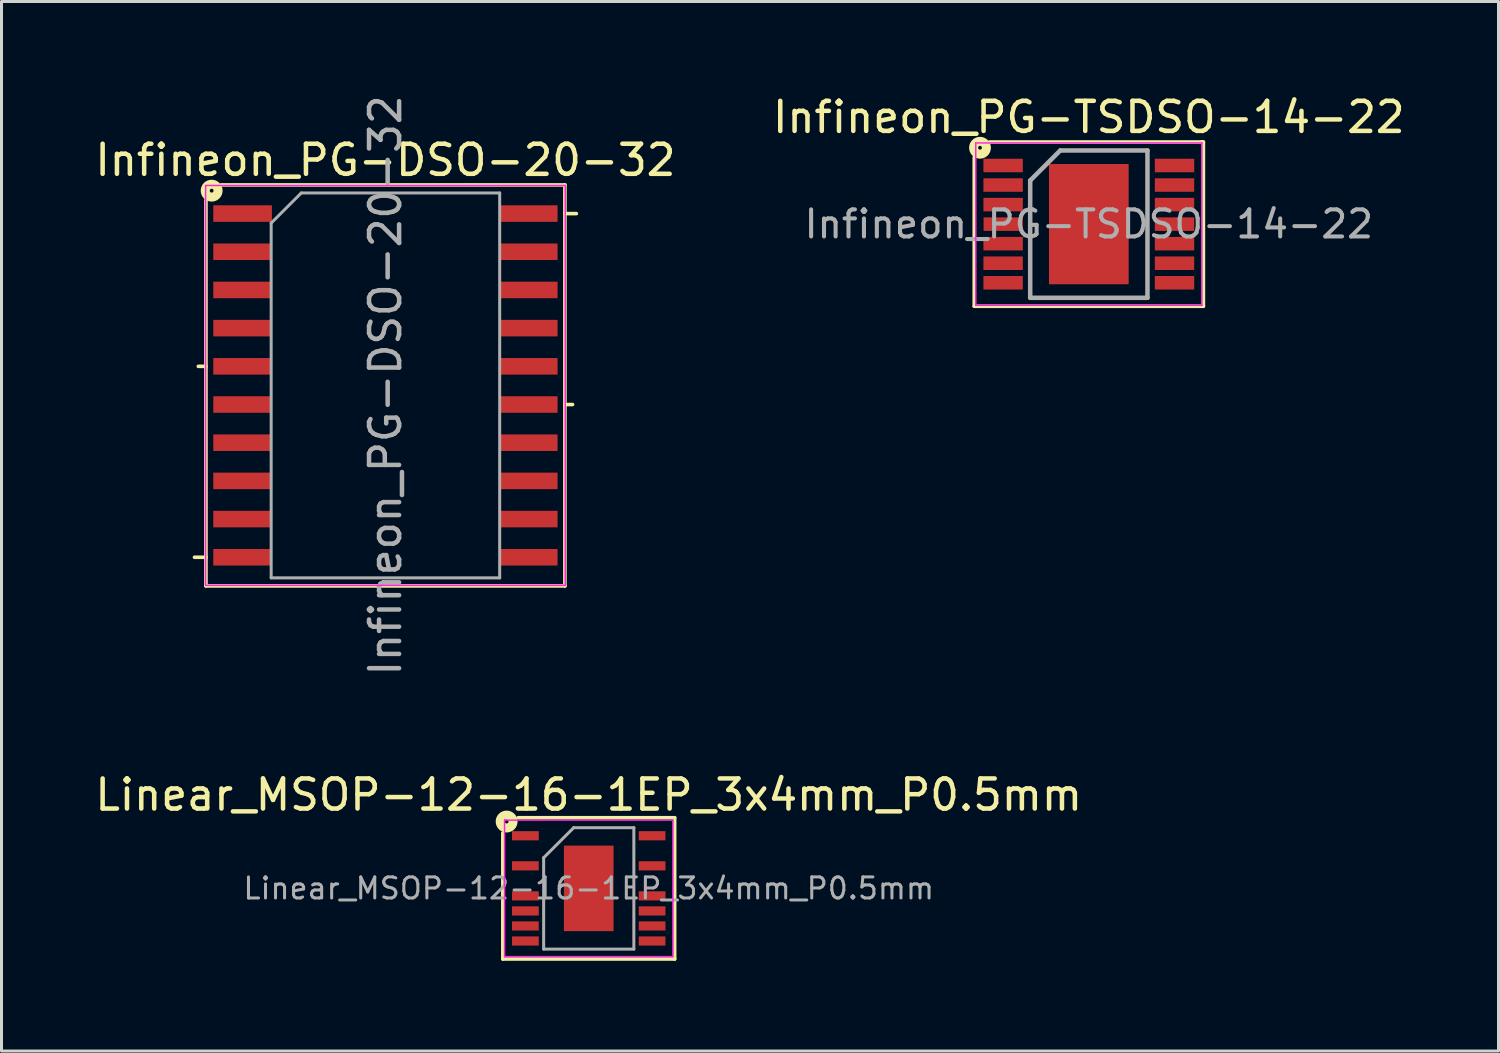
<source format=kicad_pcb>
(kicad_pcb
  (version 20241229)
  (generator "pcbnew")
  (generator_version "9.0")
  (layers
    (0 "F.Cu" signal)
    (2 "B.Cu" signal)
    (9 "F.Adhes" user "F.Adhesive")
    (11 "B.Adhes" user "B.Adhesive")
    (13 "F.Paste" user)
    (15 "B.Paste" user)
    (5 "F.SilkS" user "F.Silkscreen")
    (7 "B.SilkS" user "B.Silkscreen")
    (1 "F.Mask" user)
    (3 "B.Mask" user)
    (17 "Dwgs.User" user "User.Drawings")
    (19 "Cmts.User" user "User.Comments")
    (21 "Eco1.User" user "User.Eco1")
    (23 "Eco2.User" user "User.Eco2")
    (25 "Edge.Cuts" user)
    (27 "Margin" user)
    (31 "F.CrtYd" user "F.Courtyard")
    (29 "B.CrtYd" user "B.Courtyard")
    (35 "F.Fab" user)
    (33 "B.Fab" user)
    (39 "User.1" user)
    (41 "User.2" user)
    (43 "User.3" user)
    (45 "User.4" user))
  (footprint "Infineon_PG-DSO-20-32"
    (layer "F.Cu")
    (at 9.768 9.768)
    (property "Reference" "Infineon_PG-DSO-20-32" (at 0 -7.493 0) (layer "F.SilkS") (effects (font (size 1 1) (thickness 0.15))))
    (attr smd)
    (fp_line (start -5.969 -6.16) (end -5.969 6.668) (stroke (width 0.12) (type solid)) (layer "F.SilkS"))
    (fp_line (start -5.969 -0.635) (end -6.223 -0.635) (stroke (width 0.12) (type solid)) (layer "F.SilkS"))
    (fp_line (start -5.969 5.715) (end -6.35 5.715) (stroke (width 0.12) (type solid)) (layer "F.SilkS"))
    (fp_line (start -5.969 6.668) (end 5.969 6.668) (stroke (width 0.12) (type solid)) (layer "F.SilkS"))
    (fp_line (start 5.969 -6.668) (end -5.461 -6.668) (stroke (width 0.12) (type solid)) (layer "F.SilkS"))
    (fp_line (start 5.969 -5.715) (end 6.35 -5.715) (stroke (width 0.12) (type solid)) (layer "F.SilkS"))
    (fp_line (start 5.969 0.635) (end 6.223 0.635) (stroke (width 0.12) (type solid)) (layer "F.SilkS"))
    (fp_line (start 5.969 6.668) (end 5.969 -6.668) (stroke (width 0.12) (type solid)) (layer "F.SilkS"))
    (fp_circle (center -5.779 -6.477) (end -5.715 -6.477) (stroke (width 0.3) (type solid)) (fill no) (layer "F.SilkS"))
    (fp_line (start -5.98 -6.65) (end 5.98 -6.65) (stroke (width 0.05) (type solid)) (layer "F.CrtYd"))
    (fp_line (start -5.98 6.65) (end -5.98 -6.65) (stroke (width 0.05) (type solid)) (layer "F.CrtYd"))
    (fp_line (start -5.98 6.65) (end 5.98 6.65) (stroke (width 0.05) (type solid)) (layer "F.CrtYd"))
    (fp_line (start 5.98 6.65) (end 5.98 -6.65) (stroke (width 0.05) (type solid)) (layer "F.CrtYd"))
    (fp_line (start -3.8 -5.4) (end -2.8 -6.4) (stroke (width 0.1) (type solid)) (layer "F.Fab"))
    (fp_line (start -3.8 6.4) (end -3.8 -5.4) (stroke (width 0.1) (type solid)) (layer "F.Fab"))
    (fp_line (start -2.8 -6.4) (end 3.8 -6.4) (stroke (width 0.1) (type solid)) (layer "F.Fab"))
    (fp_line (start 3.8 -6.4) (end 3.8 6.4) (stroke (width 0.1) (type solid)) (layer "F.Fab"))
    (fp_line (start 3.8 6.4) (end -3.8 6.4) (stroke (width 0.1) (type solid)) (layer "F.Fab"))
    (fp_text user "${REFERENCE}" (at 0 0 90) (layer "F.Fab") (effects (font (size 1 1) (thickness 0.15))))
    (pad "1" smd rect (at -4.75 -5.715 90) (size 0.55 1.95) (layers "F.Cu" "F.Mask" "F.Paste"))
    (pad "2" smd rect (at -4.75 -4.445 90) (size 0.55 1.95) (layers "F.Cu" "F.Mask" "F.Paste"))
    (pad "3" smd rect (at -4.75 -3.175 90) (size 0.55 1.95) (layers "F.Cu" "F.Mask" "F.Paste"))
    (pad "4" smd rect (at -4.75 -1.905 90) (size 0.55 1.95) (layers "F.Cu" "F.Mask" "F.Paste"))
    (pad "5" smd rect (at -4.75 -0.635 90) (size 0.55 1.95) (layers "F.Cu" "F.Mask" "F.Paste"))
    (pad "6" smd rect (at -4.75 0.635 90) (size 0.55 1.95) (layers "F.Cu" "F.Mask" "F.Paste"))
    (pad "7" smd rect (at -4.75 1.905 90) (size 0.55 1.95) (layers "F.Cu" "F.Mask" "F.Paste"))
    (pad "8" smd rect (at -4.75 3.175 90) (size 0.55 1.95) (layers "F.Cu" "F.Mask" "F.Paste"))
    (pad "9" smd rect (at -4.75 4.445 90) (size 0.55 1.95) (layers "F.Cu" "F.Mask" "F.Paste"))
    (pad "10" smd rect (at -4.75 5.715 90) (size 0.55 1.95) (layers "F.Cu" "F.Mask" "F.Paste"))
    (pad "11" smd rect (at 4.75 5.715 90) (size 0.55 1.95) (layers "F.Cu" "F.Mask" "F.Paste"))
    (pad "12" smd rect (at 4.75 4.445 90) (size 0.55 1.95) (layers "F.Cu" "F.Mask" "F.Paste"))
    (pad "13" smd rect (at 4.75 3.175 90) (size 0.55 1.95) (layers "F.Cu" "F.Mask" "F.Paste"))
    (pad "14" smd rect (at 4.75 1.905 90) (size 0.55 1.95) (layers "F.Cu" "F.Mask" "F.Paste"))
    (pad "15" smd rect (at 4.75 0.635 90) (size 0.55 1.95) (layers "F.Cu" "F.Mask" "F.Paste"))
    (pad "16" smd rect (at 4.75 -0.635 90) (size 0.55 1.95) (layers "F.Cu" "F.Mask" "F.Paste"))
    (pad "17" smd rect (at 4.75 -1.905 90) (size 0.55 1.95) (layers "F.Cu" "F.Mask" "F.Paste"))
    (pad "18" smd rect (at 4.75 -3.175 90) (size 0.55 1.95) (layers "F.Cu" "F.Mask" "F.Paste"))
    (pad "19" smd rect (at 4.75 -4.445 90) (size 0.55 1.95) (layers "F.Cu" "F.Mask" "F.Paste"))
    (pad "20" smd rect (at 4.75 -5.715 90) (size 0.55 1.95) (layers "F.Cu" "F.Mask" "F.Paste")))
  (footprint "Linear_MSOP-12-16-1EP_3x4mm_P0.5mm"
    (layer "F.Cu")
    (at 16.53 26.495)
    (property "Reference" "Linear_MSOP-12-16-1EP_3x4mm_P0.5mm" (at 0 -3.111 0) (layer "F.SilkS") (effects (font (size 1 1) (thickness 0.15))))
    (attr smd)
    (fp_line (start -2.857 2.349) (end -2.857 -1.841) (stroke (width 0.12) (type solid)) (layer "F.SilkS"))
    (fp_line (start -2.349 -2.349) (end 2.857 -2.349) (stroke (width 0.12) (type solid)) (layer "F.SilkS"))
    (fp_line (start 2.857 -2.349) (end 2.857 2.349) (stroke (width 0.12) (type solid)) (layer "F.SilkS"))
    (fp_line (start 2.857 2.349) (end -2.857 2.349) (stroke (width 0.12) (type solid)) (layer "F.SilkS"))
    (fp_circle (center -2.731 -2.223) (end -2.667 -2.223) (stroke (width 0.3) (type solid)) (fill no) (layer "F.SilkS"))
    (fp_line (start -2.8 -2.27) (end -2.8 2.27) (stroke (width 0.05) (type solid)) (layer "F.CrtYd"))
    (fp_line (start -2.8 -2.27) (end 2.8 -2.27) (stroke (width 0.05) (type solid)) (layer "F.CrtYd"))
    (fp_line (start -2.8 2.27) (end 2.8 2.27) (stroke (width 0.05) (type solid)) (layer "F.CrtYd"))
    (fp_line (start 2.8 -2.27) (end 2.8 2.27) (stroke (width 0.05) (type solid)) (layer "F.CrtYd"))
    (fp_line (start -1.5 -1.02) (end -0.5 -2.019) (stroke (width 0.1) (type solid)) (layer "F.Fab"))
    (fp_line (start -1.5 2.019) (end -1.5 -1.02) (stroke (width 0.1) (type solid)) (layer "F.Fab"))
    (fp_line (start -0.5 -2.019) (end 1.5 -2.019) (stroke (width 0.1) (type solid)) (layer "F.Fab"))
    (fp_line (start 1.5 -2.019) (end 1.5 2.019) (stroke (width 0.1) (type solid)) (layer "F.Fab"))
    (fp_line (start 1.5 2.019) (end -1.5 2.019) (stroke (width 0.1) (type solid)) (layer "F.Fab"))
    (fp_text user "${REFERENCE}" (at 0 0 0) (layer "F.Fab") (effects (font (size 0.7 0.7) (thickness 0.1))))
    (pad "" smd rect (at 0 -0.711) (size 1.4 1.2) (layers "F.Paste"))
    (pad "" smd rect (at 0 0.711) (size 1.4 1.2) (layers "F.Paste"))
    (pad "1" smd rect (at -2.107 -1.75) (size 0.889 0.305) (layers "F.Cu" "F.Mask" "F.Paste"))
    (pad "3" smd rect (at -2.107 -0.75) (size 0.889 0.305) (layers "F.Cu" "F.Mask" "F.Paste"))
    (pad "5" smd rect (at -2.107 0.25) (size 0.889 0.305) (layers "F.Cu" "F.Mask" "F.Paste"))
    (pad "6" smd rect (at -2.107 0.75) (size 0.889 0.305) (layers "F.Cu" "F.Mask" "F.Paste"))
    (pad "7" smd rect (at -2.107 1.25) (size 0.889 0.305) (layers "F.Cu" "F.Mask" "F.Paste"))
    (pad "8" smd rect (at -2.107 1.75) (size 0.889 0.305) (layers "F.Cu" "F.Mask" "F.Paste"))
    (pad "9" smd rect (at 2.107 1.75) (size 0.889 0.305) (layers "F.Cu" "F.Mask" "F.Paste"))
    (pad "10" smd rect (at 2.107 1.25) (size 0.889 0.305) (layers "F.Cu" "F.Mask" "F.Paste"))
    (pad "11" smd rect (at 2.107 0.75) (size 0.889 0.305) (layers "F.Cu" "F.Mask" "F.Paste"))
    (pad "12" smd rect (at 2.107 0.25) (size 0.889 0.305) (layers "F.Cu" "F.Mask" "F.Paste"))
    (pad "14" smd rect (at 2.107 -0.75) (size 0.889 0.305) (layers "F.Cu" "F.Mask" "F.Paste"))
    (pad "16" smd rect (at 2.107 -1.75) (size 0.889 0.305) (layers "F.Cu" "F.Mask" "F.Paste"))
    (pad "17" smd rect (at 0 0) (size 1.651 2.845) (layers "F.Cu" "F.Mask")))
  (footprint "Infineon_PG-TSDSO-14-22"
    (layer "F.Cu")
    (at 33.161 4.404)
    (property "Reference" "Infineon_PG-TSDSO-14-22" (at 0 -3.556 0) (layer "F.SilkS") (effects (font (size 1 1) (thickness 0.15))))
    (attr smd)
    (fp_line (start -3.81 2.731) (end -3.81 -2.223) (stroke (width 0.12) (type solid)) (layer "F.SilkS"))
    (fp_line (start -3.302 -2.731) (end 3.747 -2.731) (stroke (width 0.12) (type solid)) (layer "F.SilkS"))
    (fp_line (start 3.747 -2.731) (end 3.81 -2.731) (stroke (width 0.12) (type solid)) (layer "F.SilkS"))
    (fp_line (start 3.81 -2.731) (end 3.81 2.731) (stroke (width 0.12) (type solid)) (layer "F.SilkS"))
    (fp_line (start 3.81 2.731) (end -3.81 2.731) (stroke (width 0.12) (type solid)) (layer "F.SilkS"))
    (fp_circle (center -3.619 -2.54) (end -3.556 -2.54) (stroke (width 0.3) (type solid)) (fill no) (layer "F.SilkS"))
    (fp_line (start -3.76 -2.7) (end -3.76 2.7) (stroke (width 0.05) (type solid)) (layer "F.CrtYd"))
    (fp_line (start -3.76 -2.7) (end 3.76 -2.7) (stroke (width 0.05) (type solid)) (layer "F.CrtYd"))
    (fp_line (start -3.76 2.7) (end 3.76 2.7) (stroke (width 0.05) (type solid)) (layer "F.CrtYd"))
    (fp_line (start 3.76 -2.7) (end 3.76 2.7) (stroke (width 0.05) (type solid)) (layer "F.CrtYd"))
    (fp_line (start -1.95 -1.45) (end -0.95 -2.45) (stroke (width 0.15) (type solid)) (layer "F.Fab"))
    (fp_line (start -1.95 2.45) (end -1.95 -1.45) (stroke (width 0.15) (type solid)) (layer "F.Fab"))
    (fp_line (start -0.95 -2.45) (end 1.95 -2.45) (stroke (width 0.15) (type solid)) (layer "F.Fab"))
    (fp_line (start 1.95 -2.45) (end 1.95 2.45) (stroke (width 0.15) (type solid)) (layer "F.Fab"))
    (fp_line (start 1.95 2.45) (end -1.95 2.45) (stroke (width 0.15) (type solid)) (layer "F.Fab"))
    (fp_text user "${REFERENCE}" (at 0 0 0) (layer "F.Fab") (effects (font (size 0.9 0.9) (thickness 0.135))))
    (pad "" smd rect (at 0 -1.075) (size 2.65 1.85) (layers "F.Paste"))
    (pad "" smd rect (at 0 1.075) (size 2.65 1.85) (layers "F.Paste"))
    (pad "1" smd rect (at -2.85 -1.95) (size 1.31 0.45) (layers "F.Cu" "F.Mask" "F.Paste"))
    (pad "2" smd rect (at -2.85 -1.3) (size 1.31 0.45) (layers "F.Cu" "F.Mask" "F.Paste"))
    (pad "3" smd rect (at -2.85 -0.65) (size 1.31 0.45) (layers "F.Cu" "F.Mask" "F.Paste"))
    (pad "4" smd rect (at -2.845 0) (size 1.31 0.45) (layers "F.Cu" "F.Mask" "F.Paste"))
    (pad "5" smd rect (at -2.85 0.65) (size 1.31 0.45) (layers "F.Cu" "F.Mask" "F.Paste"))
    (pad "6" smd rect (at -2.85 1.3) (size 1.31 0.45) (layers "F.Cu" "F.Mask" "F.Paste"))
    (pad "7" smd rect (at -2.85 1.95) (size 1.31 0.45) (layers "F.Cu" "F.Mask" "F.Paste"))
    (pad "8" smd rect (at 2.85 1.95) (size 1.31 0.45) (layers "F.Cu" "F.Mask" "F.Paste"))
    (pad "9" smd rect (at 2.85 1.3) (size 1.31 0.45) (layers "F.Cu" "F.Mask" "F.Paste"))
    (pad "10" smd rect (at 2.85 0.65) (size 1.31 0.45) (layers "F.Cu" "F.Mask" "F.Paste"))
    (pad "11" smd rect (at 2.85 0) (size 1.31 0.45) (layers "F.Cu" "F.Mask" "F.Paste"))
    (pad "12" smd rect (at 2.85 -0.65) (size 1.31 0.45) (layers "F.Cu" "F.Mask" "F.Paste"))
    (pad "13" smd rect (at 2.85 -1.3) (size 1.31 0.45) (layers "F.Cu" "F.Mask" "F.Paste"))
    (pad "14" smd rect (at 2.85 -1.95) (size 1.31 0.45) (layers "F.Cu" "F.Mask" "F.Paste"))
    (pad "15" smd rect (at 0 0) (size 2.65 4) (layers "F.Cu" "F.Mask")))
  (gr_rect
    (start -3 -3)
    (end 46.786 31.905)
    (stroke (width 0.1) (type default))
    (fill no)
    (layer "Edge.Cuts")))
</source>
